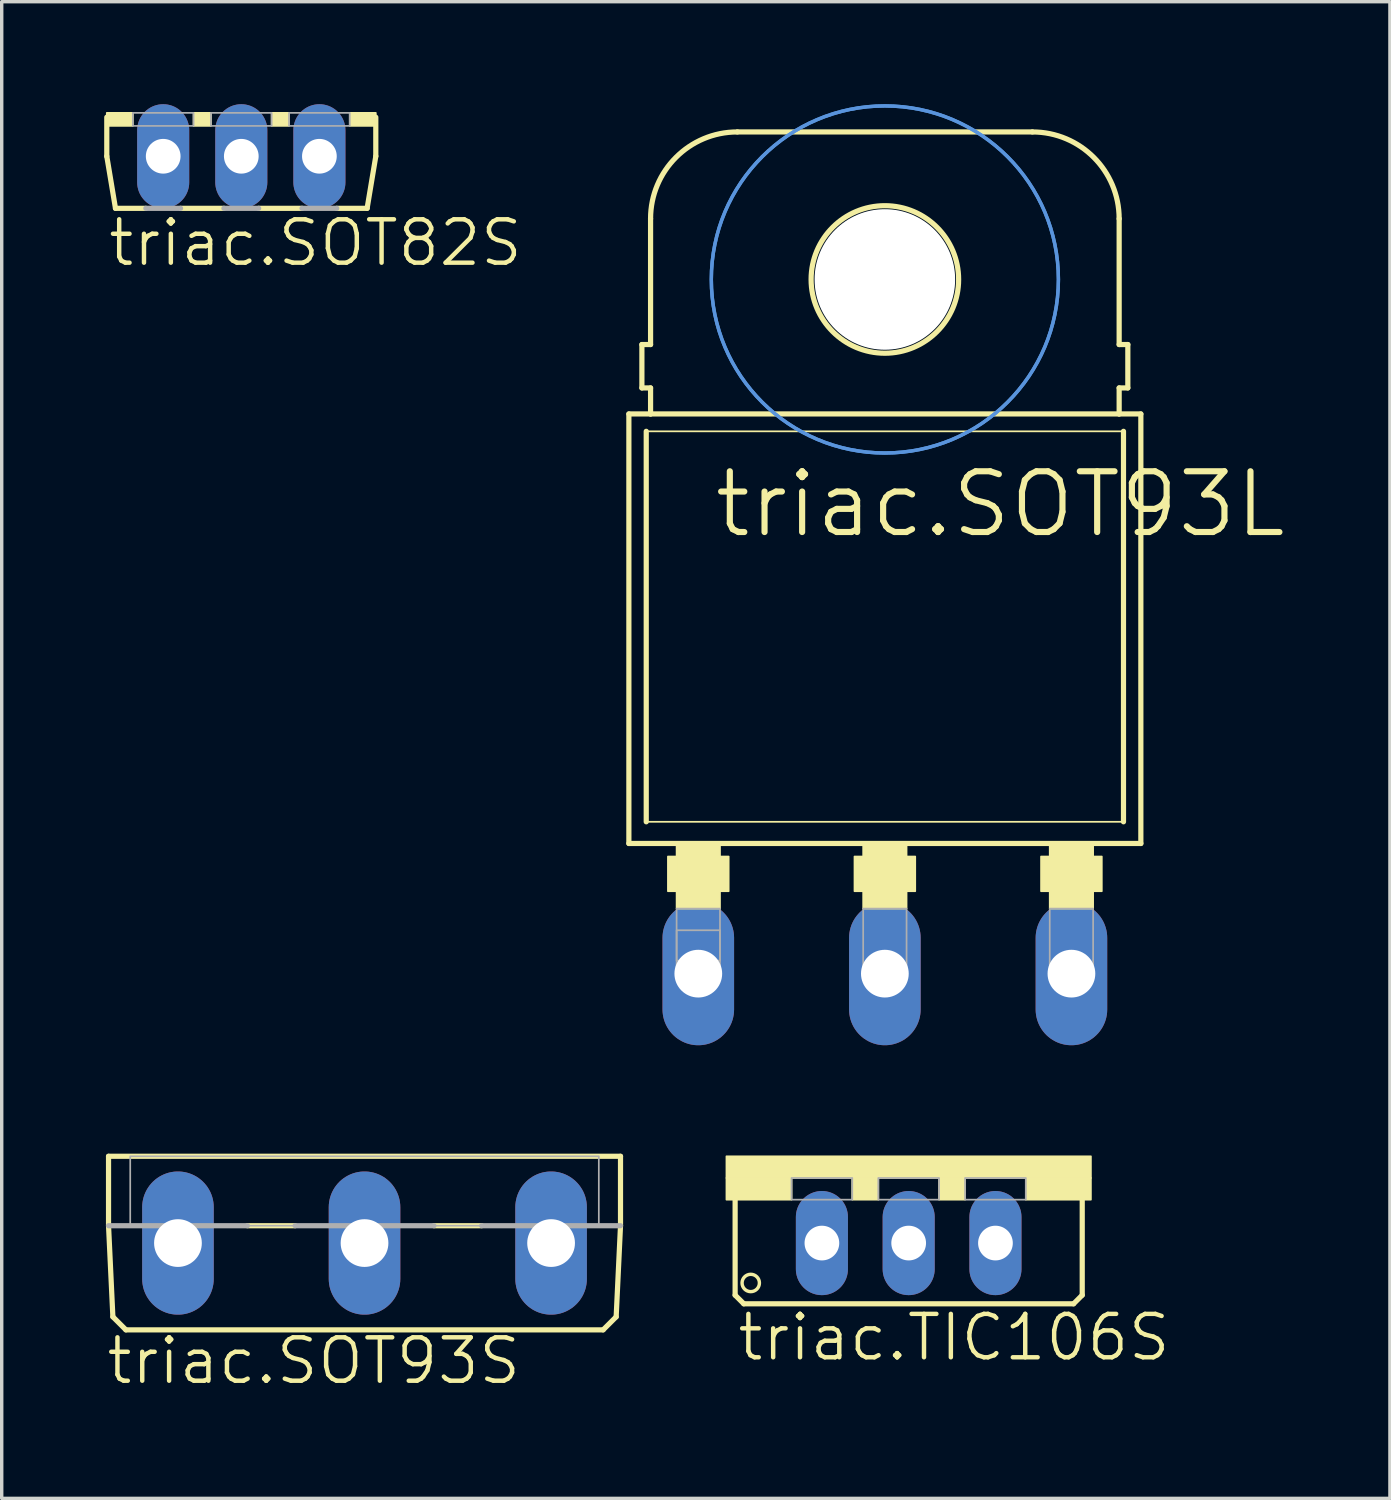
<source format=kicad_pcb>
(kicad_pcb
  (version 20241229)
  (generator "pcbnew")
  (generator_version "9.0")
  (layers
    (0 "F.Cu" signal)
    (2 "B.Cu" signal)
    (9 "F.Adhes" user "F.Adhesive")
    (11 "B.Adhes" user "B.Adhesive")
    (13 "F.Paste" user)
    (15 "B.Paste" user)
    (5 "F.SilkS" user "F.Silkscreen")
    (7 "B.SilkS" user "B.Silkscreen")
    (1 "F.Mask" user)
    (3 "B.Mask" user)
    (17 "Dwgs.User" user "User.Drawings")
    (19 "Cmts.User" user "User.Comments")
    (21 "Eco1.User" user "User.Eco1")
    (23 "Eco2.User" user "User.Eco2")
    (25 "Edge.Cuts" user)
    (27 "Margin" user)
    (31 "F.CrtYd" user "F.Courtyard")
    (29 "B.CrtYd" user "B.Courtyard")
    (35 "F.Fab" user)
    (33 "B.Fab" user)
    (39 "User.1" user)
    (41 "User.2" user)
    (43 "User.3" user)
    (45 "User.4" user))
  (footprint "triac.SOT82S"
    (layer "F.Cu")
    (at 4.013 0.254)
    (property "Reference" "triac.SOT82S" (at -3.962 4.547 0) (layer "F.SilkS") (effects (font (size 1.27 1.27) (thickness 0.13)) (justify left bottom)))
    (attr through_hole)
    (fp_line (start -3.937 0.127) (end -3.937 1.27) (stroke (width 0.152) (type default)) (layer "F.SilkS"))
    (fp_line (start -3.937 1.27) (end -3.683 2.794) (stroke (width 0.152) (type default)) (layer "F.SilkS"))
    (fp_line (start -3.683 2.794) (end -2.794 2.794) (stroke (width 0.152) (type default)) (layer "F.SilkS"))
    (fp_line (start -1.778 2.794) (end -0.508 2.794) (stroke (width 0.152) (type default)) (layer "F.SilkS"))
    (fp_line (start 0.508 2.794) (end 1.778 2.794) (stroke (width 0.152) (type default)) (layer "F.SilkS"))
    (fp_line (start 2.794 2.794) (end 3.683 2.794) (stroke (width 0.152) (type default)) (layer "F.SilkS"))
    (fp_line (start 3.683 2.794) (end 3.937 1.27) (stroke (width 0.152) (type default)) (layer "F.SilkS"))
    (fp_line (start 3.937 1.27) (end 3.937 0.127) (stroke (width 0.152) (type default)) (layer "F.SilkS"))
    (fp_rect (start -3.937 0.381) (end -3.175 0) (stroke (width 0.05) (type default)) (fill yes) (layer "F.SilkS"))
    (fp_rect (start -1.397 0.381) (end -0.889 0) (stroke (width 0.05) (type default)) (fill yes) (layer "F.SilkS"))
    (fp_rect (start 0.889 0.381) (end 1.397 0) (stroke (width 0.05) (type default)) (fill yes) (layer "F.SilkS"))
    (fp_rect (start 3.175 0.381) (end 3.937 0) (stroke (width 0.05) (type default)) (fill yes) (layer "F.SilkS"))
    (fp_line (start -2.794 2.794) (end -1.778 2.794) (stroke (width 0.152) (type default)) (layer "F.Fab"))
    (fp_line (start -0.508 2.794) (end 0.508 2.794) (stroke (width 0.152) (type default)) (layer "F.Fab"))
    (fp_line (start 1.778 2.794) (end 2.794 2.794) (stroke (width 0.152) (type default)) (layer "F.Fab"))
    (fp_rect (start -3.175 0.381) (end -1.397 0) (stroke (width 0.05) (type default)) (fill no) (layer "F.Fab"))
    (fp_rect (start -0.889 0.381) (end 0.889 0) (stroke (width 0.05) (type default)) (fill no) (layer "F.Fab"))
    (fp_rect (start 1.397 0.381) (end 3.175 0) (stroke (width 0.05) (type default)) (fill no) (layer "F.Fab"))
    (pad "A" thru_hole oval (at 0 1.27 90) (size 3.048 1.524) (drill 1.016) (layers "*.Cu" "*.Mask"))
    (pad "C" thru_hole oval (at -2.286 1.27 90) (size 3.048 1.524) (drill 1.016) (layers "*.Cu" "*.Mask"))
    (pad "G" thru_hole oval (at 2.286 1.27 90) (size 3.048 1.524) (drill 1.016) (layers "*.Cu" "*.Mask")))
  (footprint "triac.SOT93S"
    (layer "F.Cu")
    (at 7.62 30.796)
    (property "Reference" "triac.SOT93S" (at -7.62 6.731 0) (layer "F.SilkS") (effects (font (size 1.27 1.27) (thickness 0.13)) (justify left bottom)))
    (attr through_hole)
    (fp_line (start -7.493 0) (end -7.493 2.032) (stroke (width 0.152) (type default)) (layer "F.SilkS"))
    (fp_line (start -7.493 0) (end 7.493 0) (stroke (width 0.152) (type default)) (layer "F.SilkS"))
    (fp_line (start -7.493 2.032) (end -7.366 4.699) (stroke (width 0.152) (type default)) (layer "F.SilkS"))
    (fp_line (start -7.366 4.699) (end -6.985 5.08) (stroke (width 0.152) (type default)) (layer "F.SilkS"))
    (fp_line (start -2.032 2.032) (end -3.429 2.032) (stroke (width 0.152) (type default)) (layer "F.SilkS"))
    (fp_line (start 3.429 2.032) (end 2.032 2.032) (stroke (width 0.152) (type default)) (layer "F.SilkS"))
    (fp_line (start 6.985 5.08) (end -6.985 5.08) (stroke (width 0.152) (type default)) (layer "F.SilkS"))
    (fp_line (start 7.366 4.699) (end 6.985 5.08) (stroke (width 0.152) (type default)) (layer "F.SilkS"))
    (fp_line (start 7.493 0) (end 7.493 2.032) (stroke (width 0.152) (type default)) (layer "F.SilkS"))
    (fp_line (start 7.493 2.032) (end 7.366 4.699) (stroke (width 0.152) (type default)) (layer "F.SilkS"))
    (fp_line (start -3.429 2.032) (end -7.493 2.032) (stroke (width 0.152) (type default)) (layer "F.Fab"))
    (fp_line (start 2.032 2.032) (end -2.032 2.032) (stroke (width 0.152) (type default)) (layer "F.Fab"))
    (fp_line (start 7.493 2.032) (end 3.429 2.032) (stroke (width 0.152) (type default)) (layer "F.Fab"))
    (fp_rect (start -6.858 2.032) (end 6.858 0) (stroke (width 0.05) (type default)) (fill no) (layer "F.Fab"))
    (pad "A" thru_hole oval (at 0 2.54 90) (size 4.191 2.095) (drill 1.397) (layers "*.Cu" "*.Mask"))
    (pad "C" thru_hole oval (at -5.461 2.54 90) (size 4.191 2.095) (drill 1.397) (layers "*.Cu" "*.Mask"))
    (pad "G" thru_hole oval (at 5.461 2.54 90) (size 4.191 2.095) (drill 1.397) (layers "*.Cu" "*.Mask")))
  (footprint "triac.TIC106S"
    (layer "F.Cu")
    (at 23.548 30.796)
    (property "Reference" "triac.TIC106S" (at -5.08 6.045 0) (layer "F.SilkS") (effects (font (size 1.27 1.27) (thickness 0.13)) (justify left bottom)))
    (attr through_hole)
    (fp_line (start -5.08 4.064) (end -5.08 1.143) (stroke (width 0.152) (type default)) (layer "F.SilkS"))
    (fp_line (start -5.08 4.064) (end -4.826 4.318) (stroke (width 0.152) (type default)) (layer "F.SilkS"))
    (fp_line (start 4.826 4.318) (end -4.826 4.318) (stroke (width 0.152) (type default)) (layer "F.SilkS"))
    (fp_line (start 4.826 4.318) (end 5.08 4.064) (stroke (width 0.152) (type default)) (layer "F.SilkS"))
    (fp_line (start 5.08 1.143) (end 5.08 4.064) (stroke (width 0.152) (type default)) (layer "F.SilkS"))
    (fp_rect (start -5.334 0.635) (end 5.334 0) (stroke (width 0.05) (type default)) (fill yes) (layer "F.SilkS"))
    (fp_rect (start -5.334 1.27) (end -3.429 0.635) (stroke (width 0.05) (type default)) (fill yes) (layer "F.SilkS"))
    (fp_rect (start -1.651 1.27) (end -0.889 0.635) (stroke (width 0.05) (type default)) (fill yes) (layer "F.SilkS"))
    (fp_rect (start 0.889 1.27) (end 1.651 0.635) (stroke (width 0.05) (type default)) (fill yes) (layer "F.SilkS"))
    (fp_rect (start 3.429 1.27) (end 5.334 0.635) (stroke (width 0.05) (type default)) (fill yes) (layer "F.SilkS"))
    (fp_circle (center -4.623 3.708) (end -4.369 3.708) (stroke (width 0.1) (type default)) (fill no) (layer "F.SilkS"))
    (fp_rect (start -3.429 1.27) (end -1.651 0.635) (stroke (width 0.05) (type default)) (fill no) (layer "F.Fab"))
    (fp_rect (start -0.889 1.27) (end 0.889 0.635) (stroke (width 0.05) (type default)) (fill no) (layer "F.Fab"))
    (fp_rect (start 1.651 1.27) (end 3.429 0.635) (stroke (width 0.05) (type default)) (fill no) (layer "F.Fab"))
    (pad "A" thru_hole oval (at 0 2.54 90) (size 3.048 1.524) (drill 1.016) (layers "*.Cu" "*.Mask"))
    (pad "C" thru_hole oval (at -2.54 2.54 90) (size 3.048 1.524) (drill 1.016) (layers "*.Cu" "*.Mask"))
    (pad "G" thru_hole oval (at 2.54 2.54 90) (size 3.048 1.524) (drill 1.016) (layers "*.Cu" "*.Mask")))
  (footprint "triac.SOT93L"
    (layer "F.Cu")
    (at 22.851 15.29)
    (property "Reference" "triac.SOT93L" (at -5.08 -2.54 0) (layer "F.SilkS") (effects (font (size 1.778 1.778) (thickness 0.18)) (justify left bottom)))
    (attr through_hole)
    (fp_line (start -7.493 6.35) (end -7.493 -6.223) (stroke (width 0.152) (type default)) (layer "F.SilkS"))
    (fp_line (start -7.493 6.35) (end 7.493 6.35) (stroke (width 0.152) (type default)) (layer "F.SilkS"))
    (fp_line (start -7.112 -6.985) (end -7.112 -8.255) (stroke (width 0.152) (type default)) (layer "F.SilkS"))
    (fp_line (start -6.985 5.715) (end -6.985 -5.715) (stroke (width 0.152) (type default)) (layer "F.SilkS"))
    (fp_line (start -6.985 5.715) (end 6.985 5.715) (stroke (width 0.051) (type default)) (layer "F.SilkS"))
    (fp_line (start -6.858 -8.255) (end -7.112 -8.255) (stroke (width 0.152) (type default)) (layer "F.SilkS"))
    (fp_line (start -6.858 -8.255) (end -6.858 -11.938) (stroke (width 0.152) (type default)) (layer "F.SilkS"))
    (fp_line (start -6.858 -6.985) (end -7.112 -6.985) (stroke (width 0.152) (type default)) (layer "F.SilkS"))
    (fp_line (start -6.858 -6.223) (end -7.493 -6.223) (stroke (width 0.152) (type default)) (layer "F.SilkS"))
    (fp_line (start -6.858 -6.223) (end -6.858 -6.985) (stroke (width 0.152) (type default)) (layer "F.SilkS"))
    (fp_line (start 4.318 -14.478) (end -4.318 -14.478) (stroke (width 0.152) (type default)) (layer "F.SilkS"))
    (fp_line (start 6.858 -8.255) (end 6.858 -11.938) (stroke (width 0.152) (type default)) (layer "F.SilkS"))
    (fp_line (start 6.858 -8.255) (end 7.112 -8.255) (stroke (width 0.152) (type default)) (layer "F.SilkS"))
    (fp_line (start 6.858 -6.985) (end 7.112 -6.985) (stroke (width 0.152) (type default)) (layer "F.SilkS"))
    (fp_line (start 6.858 -6.223) (end -6.858 -6.223) (stroke (width 0.152) (type default)) (layer "F.SilkS"))
    (fp_line (start 6.858 -6.223) (end 6.858 -6.985) (stroke (width 0.152) (type default)) (layer "F.SilkS"))
    (fp_line (start 6.985 -5.715) (end -6.985 -5.715) (stroke (width 0.051) (type default)) (layer "F.SilkS"))
    (fp_line (start 6.985 -5.715) (end 6.985 5.715) (stroke (width 0.152) (type default)) (layer "F.SilkS"))
    (fp_line (start 7.112 -6.985) (end 7.112 -8.255) (stroke (width 0.152) (type default)) (layer "F.SilkS"))
    (fp_line (start 7.493 -6.223) (end 6.858 -6.223) (stroke (width 0.152) (type default)) (layer "F.SilkS"))
    (fp_line (start 7.493 -6.223) (end 7.493 6.35) (stroke (width 0.152) (type default)) (layer "F.SilkS"))
    (fp_rect (start -6.35 7.747) (end -4.572 6.731) (stroke (width 0.05) (type default)) (fill yes) (layer "F.SilkS"))
    (fp_rect (start -6.096 8.255) (end -4.826 6.35) (stroke (width 0.05) (type default)) (fill yes) (layer "F.SilkS"))
    (fp_rect (start -0.889 7.747) (end 0.889 6.731) (stroke (width 0.05) (type default)) (fill yes) (layer "F.SilkS"))
    (fp_rect (start -0.635 8.255) (end 0.635 6.35) (stroke (width 0.05) (type default)) (fill yes) (layer "F.SilkS"))
    (fp_rect (start 4.572 7.747) (end 6.35 6.731) (stroke (width 0.05) (type default)) (fill yes) (layer "F.SilkS"))
    (fp_rect (start 4.826 8.255) (end 6.096 6.35) (stroke (width 0.05) (type default)) (fill yes) (layer "F.SilkS"))
    (fp_arc (start -6.858 -11.938) (mid -6.114051 -13.734051) (end -4.318 -14.478) (stroke (width 0.1524) (type default)) (layer "F.SilkS"))
    (fp_arc (start 4.318 -14.478) (mid 6.114051 -13.734051) (end 6.858 -11.938) (stroke (width 0.1524) (type default)) (layer "F.SilkS"))
    (fp_circle (center 0 -10.16) (end 2.159 -10.16) (stroke (width 0.152) (type default)) (fill no) (layer "F.SilkS"))
    (fp_circle (center 0 -10.16) (end 5.08 -10.16) (stroke (width 0.1) (type default)) (fill no) (layer "Cmts.User"))
    (fp_circle (center 0 -10.16) (end 5.08 -10.16) (stroke (width 0.1) (type default)) (fill no) (layer "Cmts.User"))
    (fp_rect (start -6.096 9.779) (end -4.826 8.89) (stroke (width 0.05) (type default)) (fill no) (layer "F.Fab"))
    (fp_rect (start -6.096 10.16) (end -4.826 8.255) (stroke (width 0.05) (type default)) (fill no) (layer "F.Fab"))
    (fp_rect (start -0.635 10.16) (end 0.635 8.255) (stroke (width 0.05) (type default)) (fill no) (layer "F.Fab"))
    (fp_rect (start 4.826 10.16) (end 6.096 8.255) (stroke (width 0.05) (type default)) (fill no) (layer "F.Fab"))
    (pad "" np_thru_hole circle (at 0 -10.16) (size 4.115 4.115) (drill 4.115) (layers "*.Cu" "*.Mask"))
    (pad "A" thru_hole oval (at 0 10.16 90) (size 4.191 2.095) (drill 1.397) (layers "*.Cu" "*.Mask"))
    (pad "C" thru_hole oval (at -5.461 10.16 90) (size 4.191 2.095) (drill 1.397) (layers "*.Cu" "*.Mask"))
    (pad "G" thru_hole oval (at 5.461 10.16 90) (size 4.191 2.095) (drill 1.397) (layers "*.Cu" "*.Mask")))
  (gr_rect
    (start -3 -3)
    (end 37.635 40.809)
    (stroke (width 0.1) (type default))
    (fill no)
    (layer "Edge.Cuts")))
</source>
